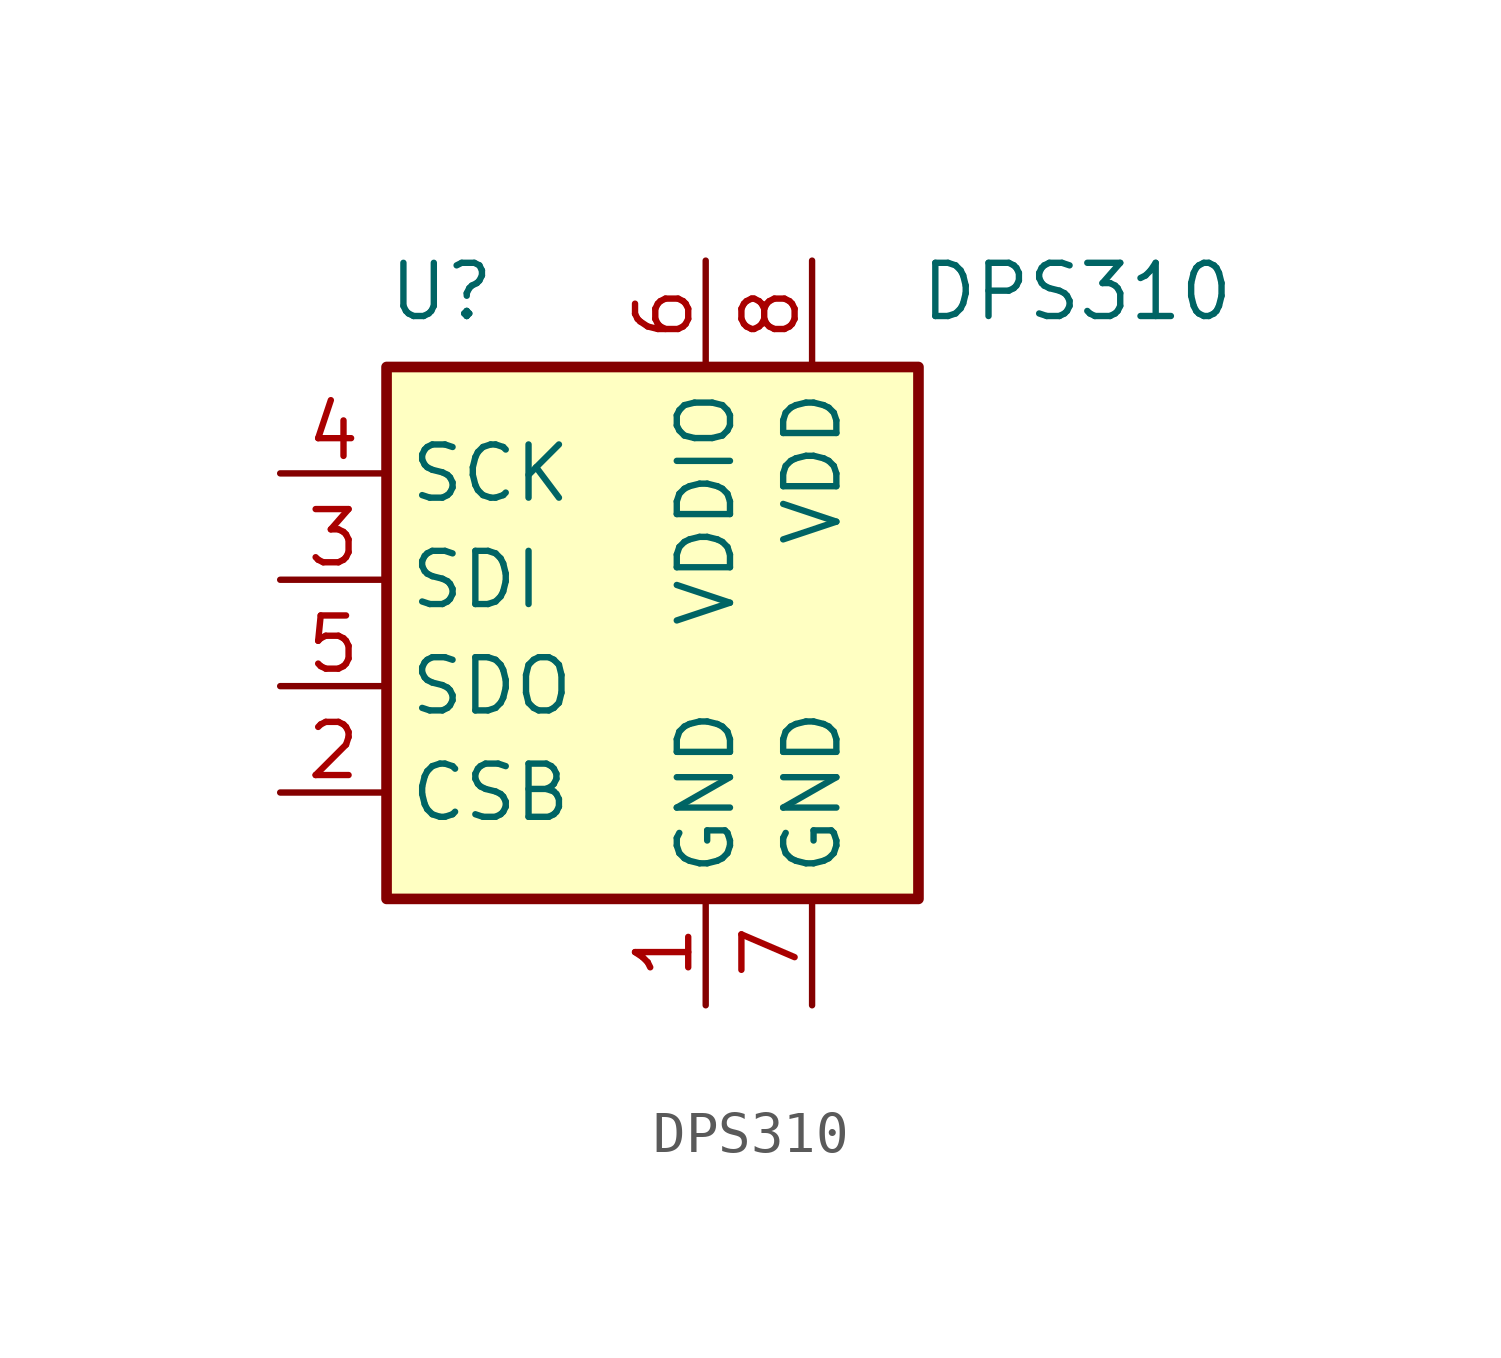
<source format=kicad_sym>
(kicad_symbol_lib
  (version 20211014)
  (generator kicad_symbol_editor)
  (symbol "DPS310"
    (property "Reference" "U"
      (at -7.62 10.16 0)
      (effects (font (size 1.27 1.27)) (justify left top)))
    (property "Value" "DPS310"
      (at 5.08 10.16 0)
      (effects (font (size 1.27 1.27)) (justify left top)))
    (symbol "DPS310_0_1"
      (rectangle (start -7.62 -5.08) (end 5.08 7.62) (stroke (width 0.254) (type default) (color 0 0 0 0)) (fill (type background))))
    (symbol "DPS310_1_1"
      (pin power_in line (at 0 -7.62 90) (length 2.54) (name "GND" (effects (font (size 1.27 1.27)))) (number "1" (effects (font (size 1.27 1.27)))))
      (pin input line (at -10.16 -2.54 0) (length 2.54) (name "CSB" (effects (font (size 1.27 1.27)))) (number "2" (effects (font (size 1.27 1.27)))))
      (pin bidirectional line (at -10.16 2.54 0) (length 2.54) (name "SDI" (effects (font (size 1.27 1.27)))) (number "3" (effects (font (size 1.27 1.27)))))
      (pin input line (at -10.16 5.08 0) (length 2.54) (name "SCK" (effects (font (size 1.27 1.27)))) (number "4" (effects (font (size 1.27 1.27)))))
      (pin bidirectional line (at -10.16 0 0) (length 2.54) (name "SDO" (effects (font (size 1.27 1.27)))) (number "5" (effects (font (size 1.27 1.27)))))
      (pin power_in line (at 0 10.16 270) (length 2.54) (name "VDDIO" (effects (font (size 1.27 1.27)))) (number "6" (effects (font (size 1.27 1.27)))))
      (pin power_in line (at 2.54 -7.62 90) (length 2.54) (name "GND" (effects (font (size 1.27 1.27)))) (number "7" (effects (font (size 1.27 1.27)))))
      (pin power_in line (at 2.54 10.16 270) (length 2.54) (name "VDD" (effects (font (size 1.27 1.27)))) (number "8" (effects (font (size 1.27 1.27))))))))
</source>
